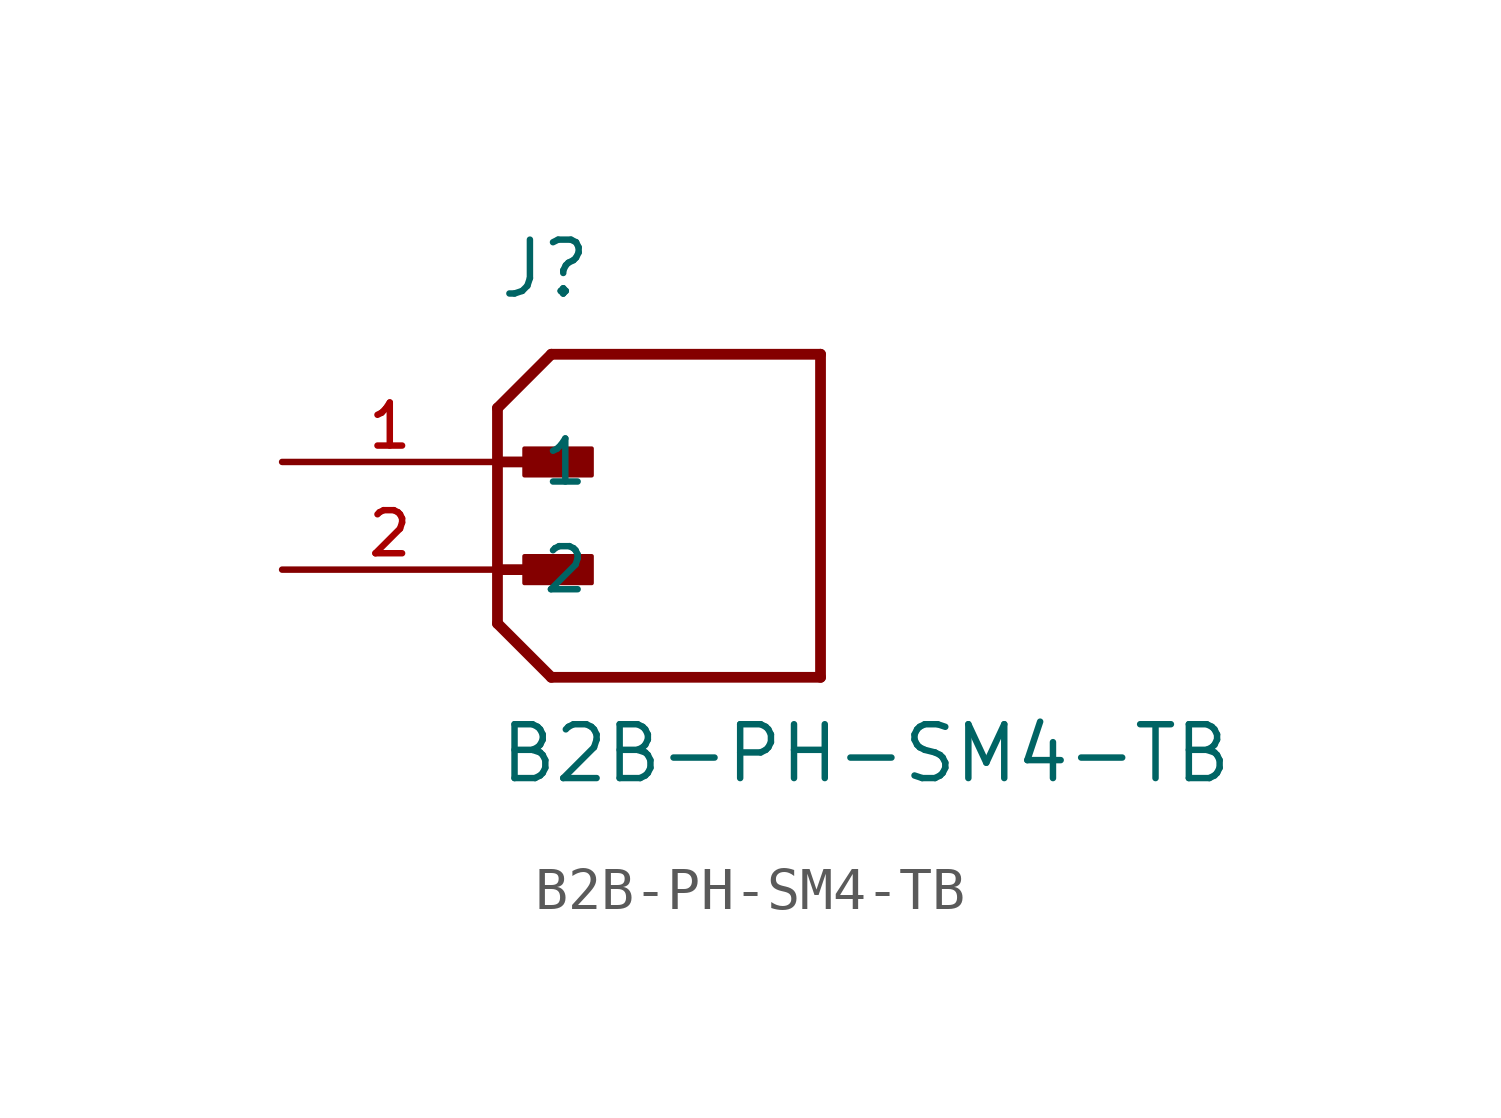
<source format=kicad_sym>
(kicad_symbol_lib
  (version 20241209)
  (generator "kicad_symbol_editor")
  (generator_version "9.0")
  (symbol "B2B-PH-SM4-TB"
    (pin_names
      (offset 1.016))
    (property "Reference" "J"
      (at 0 6.35 0)
      (effects (font (size 1.27 1.27)) (justify left bottom)))
    (property "Value" "B2B-PH-SM4-TB"
      (at 0 -5.08 0)
      (effects (font (size 1.27 1.27)) (justify left bottom)))
    (symbol "B2B-PH-SM4-TB_0_0"
      (polyline (pts (xy 0 3.81) (xy 0 2.54)) (stroke (width 0.254) (type default)) (fill (type none)))
      (polyline (pts (xy 0 3.81) (xy 1.27 5.08)) (stroke (width 0.254) (type default)) (fill (type none)))
      (polyline (pts (xy 0 2.54) (xy 0 -1.27)) (stroke (width 0.254) (type default)) (fill (type none)))
      (polyline (pts (xy 0 2.54) (xy 1.905 2.54)) (stroke (width 0.254) (type default)) (fill (type none)))
      (polyline (pts (xy 0 0) (xy 1.905 0)) (stroke (width 0.254) (type default)) (fill (type none)))
      (polyline (pts (xy 0 -1.27) (xy 1.27 -2.54)) (stroke (width 0.254) (type default)) (fill (type none)))
      (rectangle (start 0.635 2.223) (end 2.223 2.857) (stroke (width 0.1) (type default)) (fill (type outline)))
      (rectangle (start 0.635 -0.318) (end 2.223 0.318) (stroke (width 0.1) (type default)) (fill (type outline)))
      (polyline (pts (xy 1.27 -2.54) (xy 7.62 -2.54)) (stroke (width 0.254) (type default)) (fill (type none)))
      (polyline (pts (xy 7.62 5.08) (xy 1.27 5.08)) (stroke (width 0.254) (type default)) (fill (type none)))
      (polyline (pts (xy 7.62 -2.54) (xy 7.62 5.08)) (stroke (width 0.254) (type default)) (fill (type none)))
      (pin passive line (at -5.08 2.54 0) (length 5.08) (name "1" (effects (font (size 1.016 1.016)))) (number "1" (effects (font (size 1.016 1.016)))))
      (pin passive line (at -5.08 0 0) (length 5.08) (name "2" (effects (font (size 1.016 1.016)))) (number "2" (effects (font (size 1.016 1.016))))))))
</source>
